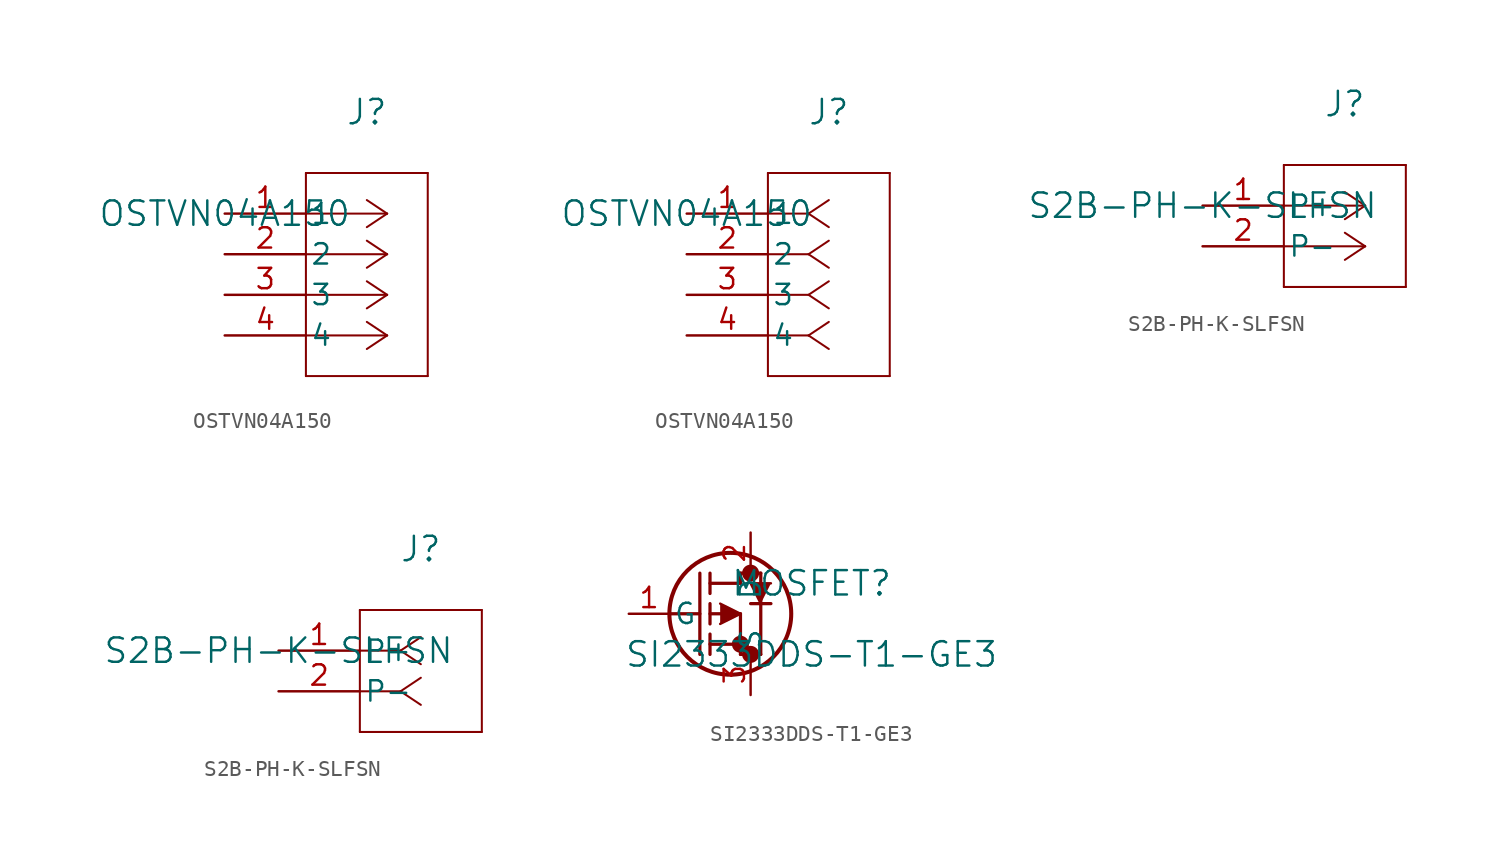
<source format=kicad_sym>
(kicad_symbol_lib
  (version 20231120)
  (generator "kicad_symbol_editor")
  (generator_version "8.0")
  (symbol "OSTVN04A150"
    (pin_names
      (offset 0.254))
    (property "Reference" "J"
      (at 8.89 6.35 0)
      (effects (font (size 1.524 1.524))))
    (property "Value" "OSTVN04A150"
      (at 0 0 0)
      (effects (font (size 1.524 1.524))))
    (symbol "OSTVN04A150_1_1"
      (polyline (pts (xy 5.08 -10.16) (xy 12.7 -10.16)) (stroke (width 0.127) (type default)) (fill (type none)))
      (polyline (pts (xy 5.08 2.54) (xy 5.08 -10.16)) (stroke (width 0.127) (type default)) (fill (type none)))
      (polyline (pts (xy 10.16 -7.62) (xy 5.08 -7.62)) (stroke (width 0.127) (type default)) (fill (type none)))
      (polyline (pts (xy 10.16 -7.62) (xy 8.89 -8.467)) (stroke (width 0.127) (type default)) (fill (type none)))
      (polyline (pts (xy 10.16 -7.62) (xy 8.89 -6.773)) (stroke (width 0.127) (type default)) (fill (type none)))
      (polyline (pts (xy 10.16 -5.08) (xy 5.08 -5.08)) (stroke (width 0.127) (type default)) (fill (type none)))
      (polyline (pts (xy 10.16 -5.08) (xy 8.89 -5.927)) (stroke (width 0.127) (type default)) (fill (type none)))
      (polyline (pts (xy 10.16 -5.08) (xy 8.89 -4.233)) (stroke (width 0.127) (type default)) (fill (type none)))
      (polyline (pts (xy 10.16 -2.54) (xy 5.08 -2.54)) (stroke (width 0.127) (type default)) (fill (type none)))
      (polyline (pts (xy 10.16 -2.54) (xy 8.89 -3.387)) (stroke (width 0.127) (type default)) (fill (type none)))
      (polyline (pts (xy 10.16 -2.54) (xy 8.89 -1.693)) (stroke (width 0.127) (type default)) (fill (type none)))
      (polyline (pts (xy 10.16 0) (xy 5.08 0)) (stroke (width 0.127) (type default)) (fill (type none)))
      (polyline (pts (xy 10.16 0) (xy 8.89 -0.847)) (stroke (width 0.127) (type default)) (fill (type none)))
      (polyline (pts (xy 10.16 0) (xy 8.89 0.847)) (stroke (width 0.127) (type default)) (fill (type none)))
      (polyline (pts (xy 12.7 -10.16) (xy 12.7 2.54)) (stroke (width 0.127) (type default)) (fill (type none)))
      (polyline (pts (xy 12.7 2.54) (xy 5.08 2.54)) (stroke (width 0.127) (type default)) (fill (type none)))
      (pin unspecified line (at 0 0 0) (length 5.08) (name "1" (effects (font (size 1.27 1.27)))) (number "1" (effects (font (size 1.27 1.27)))))
      (pin unspecified line (at 0 -2.54 0) (length 5.08) (name "2" (effects (font (size 1.27 1.27)))) (number "2" (effects (font (size 1.27 1.27)))))
      (pin unspecified line (at 0 -5.08 0) (length 5.08) (name "3" (effects (font (size 1.27 1.27)))) (number "3" (effects (font (size 1.27 1.27)))))
      (pin unspecified line (at 0 -7.62 0) (length 5.08) (name "4" (effects (font (size 1.27 1.27)))) (number "4" (effects (font (size 1.27 1.27))))))
    (symbol "OSTVN04A150_1_2"
      (polyline (pts (xy 5.08 -10.16) (xy 12.7 -10.16)) (stroke (width 0.127) (type default)) (fill (type none)))
      (polyline (pts (xy 5.08 2.54) (xy 5.08 -10.16)) (stroke (width 0.127) (type default)) (fill (type none)))
      (polyline (pts (xy 7.62 -7.62) (xy 5.08 -7.62)) (stroke (width 0.127) (type default)) (fill (type none)))
      (polyline (pts (xy 7.62 -7.62) (xy 8.89 -8.467)) (stroke (width 0.127) (type default)) (fill (type none)))
      (polyline (pts (xy 7.62 -7.62) (xy 8.89 -6.773)) (stroke (width 0.127) (type default)) (fill (type none)))
      (polyline (pts (xy 7.62 -5.08) (xy 5.08 -5.08)) (stroke (width 0.127) (type default)) (fill (type none)))
      (polyline (pts (xy 7.62 -5.08) (xy 8.89 -5.927)) (stroke (width 0.127) (type default)) (fill (type none)))
      (polyline (pts (xy 7.62 -5.08) (xy 8.89 -4.233)) (stroke (width 0.127) (type default)) (fill (type none)))
      (polyline (pts (xy 7.62 -2.54) (xy 5.08 -2.54)) (stroke (width 0.127) (type default)) (fill (type none)))
      (polyline (pts (xy 7.62 -2.54) (xy 8.89 -3.387)) (stroke (width 0.127) (type default)) (fill (type none)))
      (polyline (pts (xy 7.62 -2.54) (xy 8.89 -1.693)) (stroke (width 0.127) (type default)) (fill (type none)))
      (polyline (pts (xy 7.62 0) (xy 5.08 0)) (stroke (width 0.127) (type default)) (fill (type none)))
      (polyline (pts (xy 7.62 0) (xy 8.89 -0.847)) (stroke (width 0.127) (type default)) (fill (type none)))
      (polyline (pts (xy 7.62 0) (xy 8.89 0.847)) (stroke (width 0.127) (type default)) (fill (type none)))
      (polyline (pts (xy 12.7 -10.16) (xy 12.7 2.54)) (stroke (width 0.127) (type default)) (fill (type none)))
      (polyline (pts (xy 12.7 2.54) (xy 5.08 2.54)) (stroke (width 0.127) (type default)) (fill (type none)))
      (pin unspecified line (at 0 0 0) (length 5.08) (name "1" (effects (font (size 1.27 1.27)))) (number "1" (effects (font (size 1.27 1.27)))))
      (pin unspecified line (at 0 -2.54 0) (length 5.08) (name "2" (effects (font (size 1.27 1.27)))) (number "2" (effects (font (size 1.27 1.27)))))
      (pin unspecified line (at 0 -5.08 0) (length 5.08) (name "3" (effects (font (size 1.27 1.27)))) (number "3" (effects (font (size 1.27 1.27)))))
      (pin unspecified line (at 0 -7.62 0) (length 5.08) (name "4" (effects (font (size 1.27 1.27)))) (number "4" (effects (font (size 1.27 1.27)))))))
  (symbol "S2B-PH-K-SLFSN"
    (pin_names
      (offset 0.254))
    (property "Reference" "J"
      (at 8.89 6.35 0)
      (effects (font (size 1.524 1.524))))
    (property "Value" "S2B-PH-K-SLFSN"
      (at 0 0 0)
      (effects (font (size 1.524 1.524))))
    (property "ki_locked" ""
      (at 0 0 0)
      (effects (font (size 1.27 1.27))))
    (symbol "S2B-PH-K-SLFSN_1_1"
      (polyline (pts (xy 5.08 -5.08) (xy 12.7 -5.08)) (stroke (width 0.127) (type default)) (fill (type none)))
      (polyline (pts (xy 5.08 2.54) (xy 5.08 -5.08)) (stroke (width 0.127) (type default)) (fill (type none)))
      (polyline (pts (xy 10.16 -2.54) (xy 5.08 -2.54)) (stroke (width 0.127) (type default)) (fill (type none)))
      (polyline (pts (xy 10.16 -2.54) (xy 8.89 -3.387)) (stroke (width 0.127) (type default)) (fill (type none)))
      (polyline (pts (xy 10.16 -2.54) (xy 8.89 -1.693)) (stroke (width 0.127) (type default)) (fill (type none)))
      (polyline (pts (xy 10.16 0) (xy 5.08 0)) (stroke (width 0.127) (type default)) (fill (type none)))
      (polyline (pts (xy 10.16 0) (xy 8.89 -0.847)) (stroke (width 0.127) (type default)) (fill (type none)))
      (polyline (pts (xy 10.16 0) (xy 8.89 0.847)) (stroke (width 0.127) (type default)) (fill (type none)))
      (polyline (pts (xy 12.7 -5.08) (xy 12.7 2.54)) (stroke (width 0.127) (type default)) (fill (type none)))
      (polyline (pts (xy 12.7 2.54) (xy 5.08 2.54)) (stroke (width 0.127) (type default)) (fill (type none)))
      (pin unspecified line (at 0 0 0) (length 5.08) (name "P+" (effects (font (size 1.27 1.27)))) (number "1" (effects (font (size 1.27 1.27)))))
      (pin unspecified line (at 0 -2.54 0) (length 5.08) (name "P-" (effects (font (size 1.27 1.27)))) (number "2" (effects (font (size 1.27 1.27))))))
    (symbol "S2B-PH-K-SLFSN_1_2"
      (polyline (pts (xy 5.08 -5.08) (xy 12.7 -5.08)) (stroke (width 0.127) (type default)) (fill (type none)))
      (polyline (pts (xy 5.08 2.54) (xy 5.08 -5.08)) (stroke (width 0.127) (type default)) (fill (type none)))
      (polyline (pts (xy 7.62 -2.54) (xy 5.08 -2.54)) (stroke (width 0.127) (type default)) (fill (type none)))
      (polyline (pts (xy 7.62 -2.54) (xy 8.89 -3.387)) (stroke (width 0.127) (type default)) (fill (type none)))
      (polyline (pts (xy 7.62 -2.54) (xy 8.89 -1.693)) (stroke (width 0.127) (type default)) (fill (type none)))
      (polyline (pts (xy 7.62 0) (xy 5.08 0)) (stroke (width 0.127) (type default)) (fill (type none)))
      (polyline (pts (xy 7.62 0) (xy 8.89 -0.847)) (stroke (width 0.127) (type default)) (fill (type none)))
      (polyline (pts (xy 7.62 0) (xy 8.89 0.847)) (stroke (width 0.127) (type default)) (fill (type none)))
      (polyline (pts (xy 12.7 -5.08) (xy 12.7 2.54)) (stroke (width 0.127) (type default)) (fill (type none)))
      (polyline (pts (xy 12.7 2.54) (xy 5.08 2.54)) (stroke (width 0.127) (type default)) (fill (type none)))
      (pin unspecified line (at 0 0 0) (length 5.08) (name "P+" (effects (font (size 1.27 1.27)))) (number "1" (effects (font (size 1.27 1.27)))))
      (pin unspecified line (at 0 -2.54 0) (length 5.08) (name "P-" (effects (font (size 1.27 1.27)))) (number "2" (effects (font (size 1.27 1.27)))))))
  (symbol "SI2333DDS-T1-GE3"
    (pin_names
      (offset 0.254))
    (property "Reference" "MOSFET"
      (at 11.43 1.905 0)
      (effects (font (size 1.524 1.524))))
    (property "Value" "SI2333DDS-T1-GE3"
      (at 11.43 -2.54 0)
      (effects (font (size 1.524 1.524))))
    (symbol "SI2333DDS-T1-GE3_0_1"
      (polyline (pts (xy 2.54 0) (xy 4.445 0)) (stroke (width 0.203) (type default)) (fill (type none)))
      (polyline (pts (xy 4.445 -2.54) (xy 4.445 2.54)) (stroke (width 0.203) (type default)) (fill (type none)))
      (polyline (pts (xy 5.08 -2.54) (xy 5.08 -1.27)) (stroke (width 0.203) (type default)) (fill (type none)))
      (polyline (pts (xy 5.08 -1.905) (xy 6.985 -1.905)) (stroke (width 0.203) (type default)) (fill (type none)))
      (polyline (pts (xy 5.08 -0.635) (xy 5.08 0.635)) (stroke (width 0.203) (type default)) (fill (type none)))
      (polyline (pts (xy 5.08 0) (xy 6.985 0)) (stroke (width 0.203) (type default)) (fill (type none)))
      (polyline (pts (xy 5.08 1.27) (xy 5.08 2.54)) (stroke (width 0.203) (type default)) (fill (type none)))
      (polyline (pts (xy 5.08 1.905) (xy 6.985 1.905)) (stroke (width 0.203) (type default)) (fill (type none)))
      (polyline (pts (xy 6.985 -2.54) (xy 6.985 0)) (stroke (width 0.203) (type default)) (fill (type none)))
      (polyline (pts (xy 6.985 -2.54) (xy 8.255 -2.54)) (stroke (width 0.203) (type default)) (fill (type none)))
      (polyline (pts (xy 6.985 1.905) (xy 6.985 2.54)) (stroke (width 0.203) (type default)) (fill (type none)))
      (polyline (pts (xy 6.985 2.54) (xy 8.255 2.54)) (stroke (width 0.203) (type default)) (fill (type none)))
      (polyline (pts (xy 8.255 -2.54) (xy 8.255 0.635)) (stroke (width 0.203) (type default)) (fill (type none)))
      (polyline (pts (xy 8.255 0.635) (xy 8.255 2.54)) (stroke (width 0.203) (type default)) (fill (type none)))
      (polyline (pts (xy 8.89 0.635) (xy 7.62 0.635)) (stroke (width 0.203) (type default)) (fill (type none)))
      (polyline (pts (xy 5.715 0.635) (xy 6.985 0) (xy 5.715 -0.635)) (stroke (width 0) (type default)) (fill (type outline)))
      (polyline (pts (xy 8.89 1.905) (xy 7.62 1.905) (xy 8.255 0.635)) (stroke (width 0) (type default)) (fill (type outline)))
      (circle (center 6.35 0) (radius 3.81) (stroke (width 0.254) (type default)) (fill (type none)))
      (circle (center 6.985 -1.905) (radius 0.025) (stroke (width 0.508) (type default)) (fill (type none)))
      (circle (center 7.62 -2.54) (radius 0.025) (stroke (width 0.508) (type default)) (fill (type none)))
      (circle (center 7.62 2.54) (radius 0.025) (stroke (width 0.508) (type default)) (fill (type none)))
      (pin unspecified line (at 0 0 0) (length 2.54) (name "G" (effects (font (size 1.27 1.27)))) (number "1" (effects (font (size 1.27 1.27)))))
      (pin unspecified line (at 7.62 5.08 270) (length 2.54) (name "D" (effects (font (size 1.27 1.27)))) (number "2" (effects (font (size 1.27 1.27)))))
      (pin unspecified line (at 7.62 -5.08 90) (length 2.54) (name "S" (effects (font (size 1.27 1.27)))) (number "3" (effects (font (size 1.27 1.27))))))))
</source>
